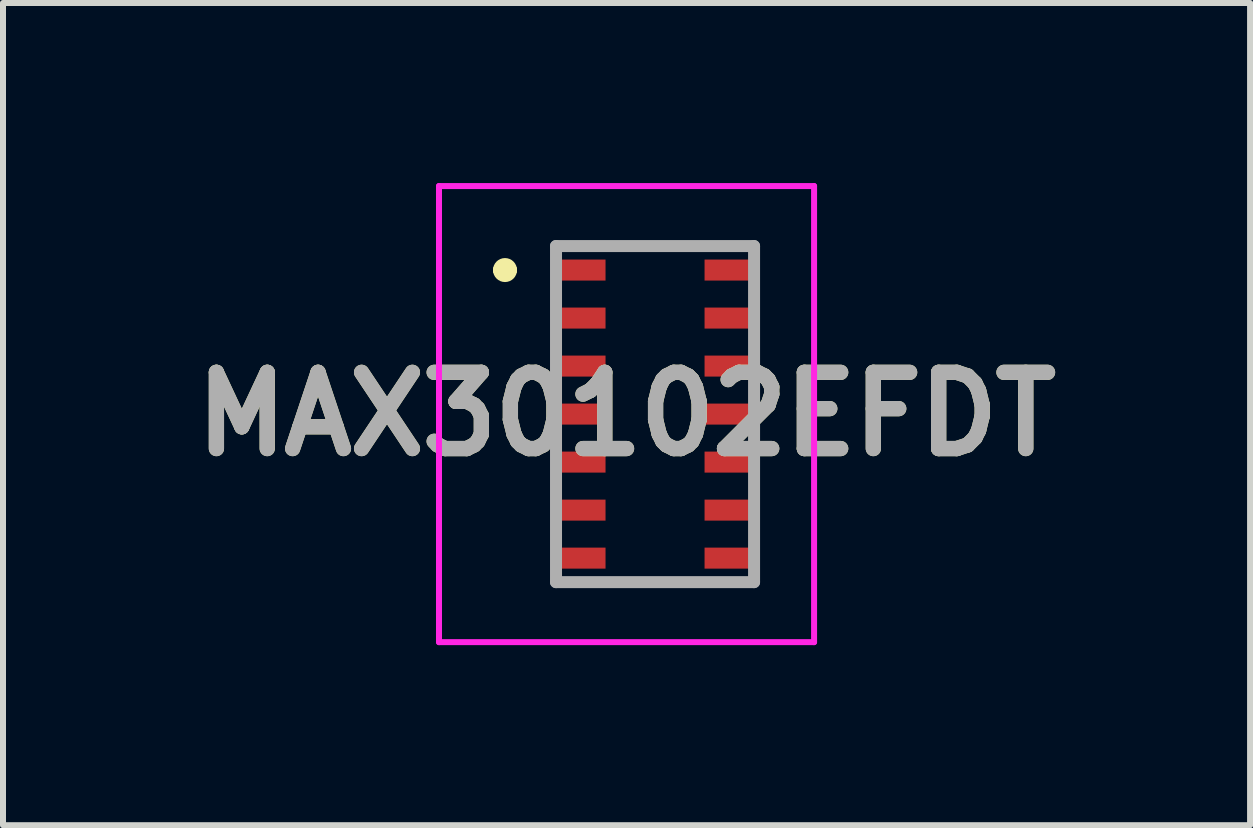
<source format=kicad_pcb>
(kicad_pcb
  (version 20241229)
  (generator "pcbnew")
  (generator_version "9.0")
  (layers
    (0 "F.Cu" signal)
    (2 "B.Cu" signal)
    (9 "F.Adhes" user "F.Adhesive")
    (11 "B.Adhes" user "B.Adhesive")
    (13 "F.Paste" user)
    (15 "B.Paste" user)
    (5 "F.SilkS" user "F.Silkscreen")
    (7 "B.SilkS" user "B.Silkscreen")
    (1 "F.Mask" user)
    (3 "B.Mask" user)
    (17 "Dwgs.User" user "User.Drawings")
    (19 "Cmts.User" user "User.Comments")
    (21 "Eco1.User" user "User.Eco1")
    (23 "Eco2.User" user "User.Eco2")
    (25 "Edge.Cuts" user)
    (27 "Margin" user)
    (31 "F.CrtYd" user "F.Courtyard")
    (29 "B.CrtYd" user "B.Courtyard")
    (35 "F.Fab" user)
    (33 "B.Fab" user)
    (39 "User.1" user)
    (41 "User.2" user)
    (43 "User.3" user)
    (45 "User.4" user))
  (footprint "MAX30102EFDT"
    (layer "F.Cu")
    (at 7.865 3.85)
    (property "Reference" "MAX30102EFDT" (at -0.475 0 0) (layer "F.SilkS") (effects (font (size 1.27 1.27) (thickness 0.254))))
    (attr smd)
    (fp_line (start -2.6 -2.4) (end -2.6 -2.4) (stroke (width 0.2) (type solid)) (layer "F.SilkS"))
    (fp_line (start -2.4 -2.4) (end -2.4 -2.4) (stroke (width 0.2) (type solid)) (layer "F.SilkS"))
    (fp_line (start -0.4 -2.8) (end 0.4 -2.8) (stroke (width 0.1) (type solid)) (layer "F.SilkS"))
    (fp_line (start -0.4 2.8) (end 0.4 2.8) (stroke (width 0.1) (type solid)) (layer "F.SilkS"))
    (fp_arc (start -2.6 -2.4) (mid -2.5 -2.5) (end -2.4 -2.4) (stroke (width 0.2) (type solid)) (layer "F.SilkS"))
    (fp_arc (start -2.4 -2.4) (mid -2.5 -2.3) (end -2.6 -2.4) (stroke (width 0.2) (type solid)) (layer "F.SilkS"))
    (fp_line (start -3.6 -3.8) (end 2.65 -3.8) (stroke (width 0.1) (type solid)) (layer "F.CrtYd"))
    (fp_line (start -3.6 3.8) (end -3.6 -3.8) (stroke (width 0.1) (type solid)) (layer "F.CrtYd"))
    (fp_line (start 2.65 -3.8) (end 2.65 3.8) (stroke (width 0.1) (type solid)) (layer "F.CrtYd"))
    (fp_line (start 2.65 3.8) (end -3.6 3.8) (stroke (width 0.1) (type solid)) (layer "F.CrtYd"))
    (fp_line (start -1.65 -2.8) (end 1.65 -2.8) (stroke (width 0.2) (type solid)) (layer "F.Fab"))
    (fp_line (start -1.65 2.8) (end -1.65 -2.8) (stroke (width 0.2) (type solid)) (layer "F.Fab"))
    (fp_line (start 1.65 -2.8) (end 1.65 2.8) (stroke (width 0.2) (type solid)) (layer "F.Fab"))
    (fp_line (start 1.65 2.8) (end -1.65 2.8) (stroke (width 0.2) (type solid)) (layer "F.Fab"))
    (fp_text user "${REFERENCE}" (at -0.475 0 0) (layer "F.Fab") (effects (font (size 1.27 1.27) (thickness 0.254))))
    (pad "1" smd rect (at -1.2 -2.4 90) (size 0.35 0.75) (layers "F.Cu" "F.Mask" "F.Paste"))
    (pad "2" smd rect (at -1.2 -1.6 90) (size 0.35 0.75) (layers "F.Cu" "F.Mask" "F.Paste"))
    (pad "3" smd rect (at -1.2 -0.8 90) (size 0.35 0.75) (layers "F.Cu" "F.Mask" "F.Paste"))
    (pad "4" smd rect (at -1.2 0 90) (size 0.35 0.75) (layers "F.Cu" "F.Mask" "F.Paste"))
    (pad "5" smd rect (at -1.2 0.8 90) (size 0.35 0.75) (layers "F.Cu" "F.Mask" "F.Paste"))
    (pad "6" smd rect (at -1.2 1.6 90) (size 0.35 0.75) (layers "F.Cu" "F.Mask" "F.Paste"))
    (pad "7" smd rect (at -1.2 2.4 90) (size 0.35 0.75) (layers "F.Cu" "F.Mask" "F.Paste"))
    (pad "8" smd rect (at 1.2 2.4 90) (size 0.35 0.75) (layers "F.Cu" "F.Mask" "F.Paste"))
    (pad "9" smd rect (at 1.2 1.6 90) (size 0.35 0.75) (layers "F.Cu" "F.Mask" "F.Paste"))
    (pad "10" smd rect (at 1.2 0.8 90) (size 0.35 0.75) (layers "F.Cu" "F.Mask" "F.Paste"))
    (pad "11" smd rect (at 1.2 0 90) (size 0.35 0.75) (layers "F.Cu" "F.Mask" "F.Paste"))
    (pad "12" smd rect (at 1.2 -0.8 90) (size 0.35 0.75) (layers "F.Cu" "F.Mask" "F.Paste"))
    (pad "13" smd rect (at 1.2 -1.6 90) (size 0.35 0.75) (layers "F.Cu" "F.Mask" "F.Paste"))
    (pad "14" smd rect (at 1.2 -2.4 90) (size 0.35 0.75) (layers "F.Cu" "F.Mask" "F.Paste")))
  (gr_rect
    (start -3 -3)
    (end 17.78 10.7)
    (stroke (width 0.1) (type default))
    (fill no)
    (layer "Edge.Cuts")))
</source>
